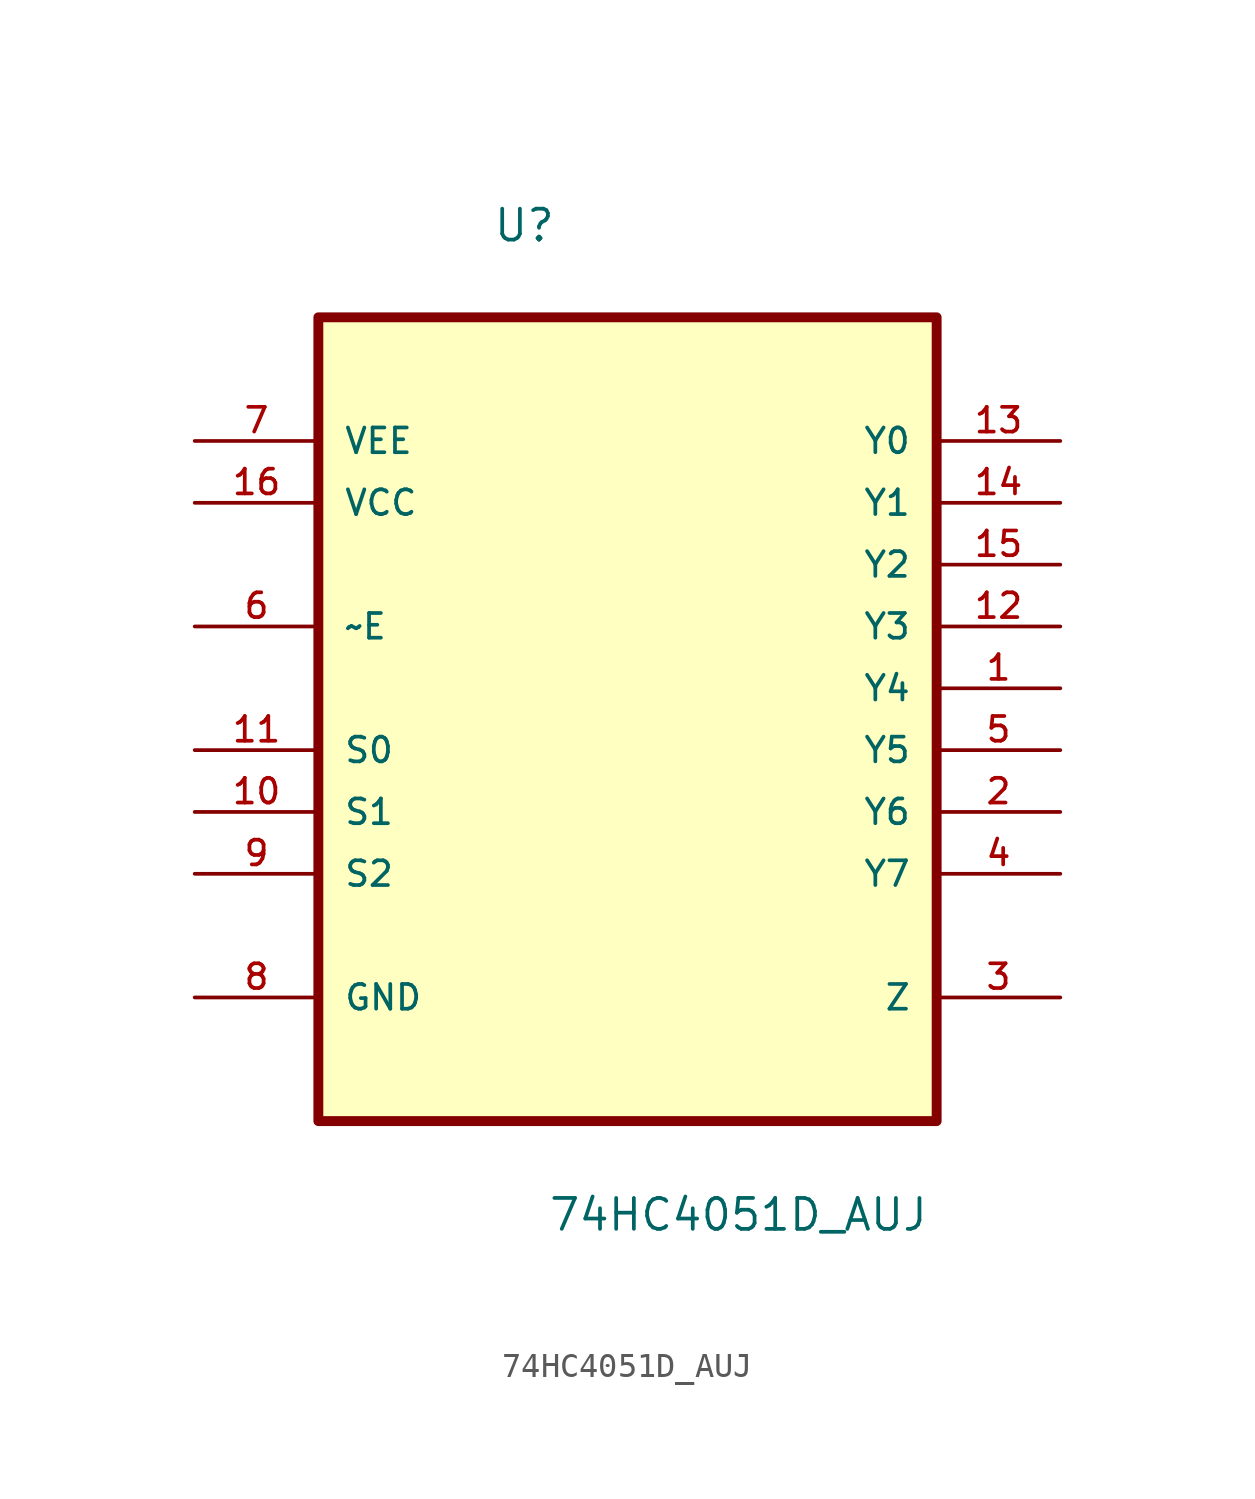
<source format=kicad_sym>
(kicad_symbol_lib
  (version 20211014)
  (generator kicad_symbol_editor)
  (symbol "74HC4051D_AUJ"
    (pin_names
      (offset 1.016))
    (property "Reference" "U"
      (at -5.549 15.73 0.0)
      (effects (font (size 1.27 1.27)) (justify bottom left)))
    (property "Value" "74HC4051D_AUJ"
      (at -3.286 -24.91 0.0)
      (effects (font (size 1.27 1.27)) (justify bottom left)))
    (symbol "74HC4051D_AUJ_0_0"
      (rectangle (start -12.7 -20.32) (end 12.7 12.7) (stroke (width 0.406)) (fill (type background)))
      (pin power_in line (at -17.78 7.62 0) (length 5.08) (name "VEE" (effects (font (size 1.016 1.016)))) (number "7" (effects (font (size 1.016 1.016)))))
      (pin power_in line (at -17.78 5.08 0) (length 5.08) (name "VCC" (effects (font (size 1.016 1.016)))) (number "16" (effects (font (size 1.016 1.016)))))
      (pin input line (at -17.78 0.0 0) (length 5.08) (name "~E" (effects (font (size 1.016 1.016)))) (number "6" (effects (font (size 1.016 1.016)))))
      (pin input line (at -17.78 -5.08 0) (length 5.08) (name "S0" (effects (font (size 1.016 1.016)))) (number "11" (effects (font (size 1.016 1.016)))))
      (pin input line (at -17.78 -7.62 0) (length 5.08) (name "S1" (effects (font (size 1.016 1.016)))) (number "10" (effects (font (size 1.016 1.016)))))
      (pin input line (at -17.78 -10.16 0) (length 5.08) (name "S2" (effects (font (size 1.016 1.016)))) (number "9" (effects (font (size 1.016 1.016)))))
      (pin passive line (at -17.78 -15.24 0) (length 5.08) (name "GND" (effects (font (size 1.016 1.016)))) (number "8" (effects (font (size 1.016 1.016)))))
      (pin bidirectional line (at 17.78 7.62 180.0) (length 5.08) (name "Y0" (effects (font (size 1.016 1.016)))) (number "13" (effects (font (size 1.016 1.016)))))
      (pin bidirectional line (at 17.78 5.08 180.0) (length 5.08) (name "Y1" (effects (font (size 1.016 1.016)))) (number "14" (effects (font (size 1.016 1.016)))))
      (pin bidirectional line (at 17.78 2.54 180.0) (length 5.08) (name "Y2" (effects (font (size 1.016 1.016)))) (number "15" (effects (font (size 1.016 1.016)))))
      (pin bidirectional line (at 17.78 0.0 180.0) (length 5.08) (name "Y3" (effects (font (size 1.016 1.016)))) (number "12" (effects (font (size 1.016 1.016)))))
      (pin bidirectional line (at 17.78 -2.54 180.0) (length 5.08) (name "Y4" (effects (font (size 1.016 1.016)))) (number "1" (effects (font (size 1.016 1.016)))))
      (pin bidirectional line (at 17.78 -5.08 180.0) (length 5.08) (name "Y5" (effects (font (size 1.016 1.016)))) (number "5" (effects (font (size 1.016 1.016)))))
      (pin bidirectional line (at 17.78 -7.62 180.0) (length 5.08) (name "Y6" (effects (font (size 1.016 1.016)))) (number "2" (effects (font (size 1.016 1.016)))))
      (pin bidirectional line (at 17.78 -10.16 180.0) (length 5.08) (name "Y7" (effects (font (size 1.016 1.016)))) (number "4" (effects (font (size 1.016 1.016)))))
      (pin bidirectional line (at 17.78 -15.24 180.0) (length 5.08) (name "Z" (effects (font (size 1.016 1.016)))) (number "3" (effects (font (size 1.016 1.016))))))))
</source>
